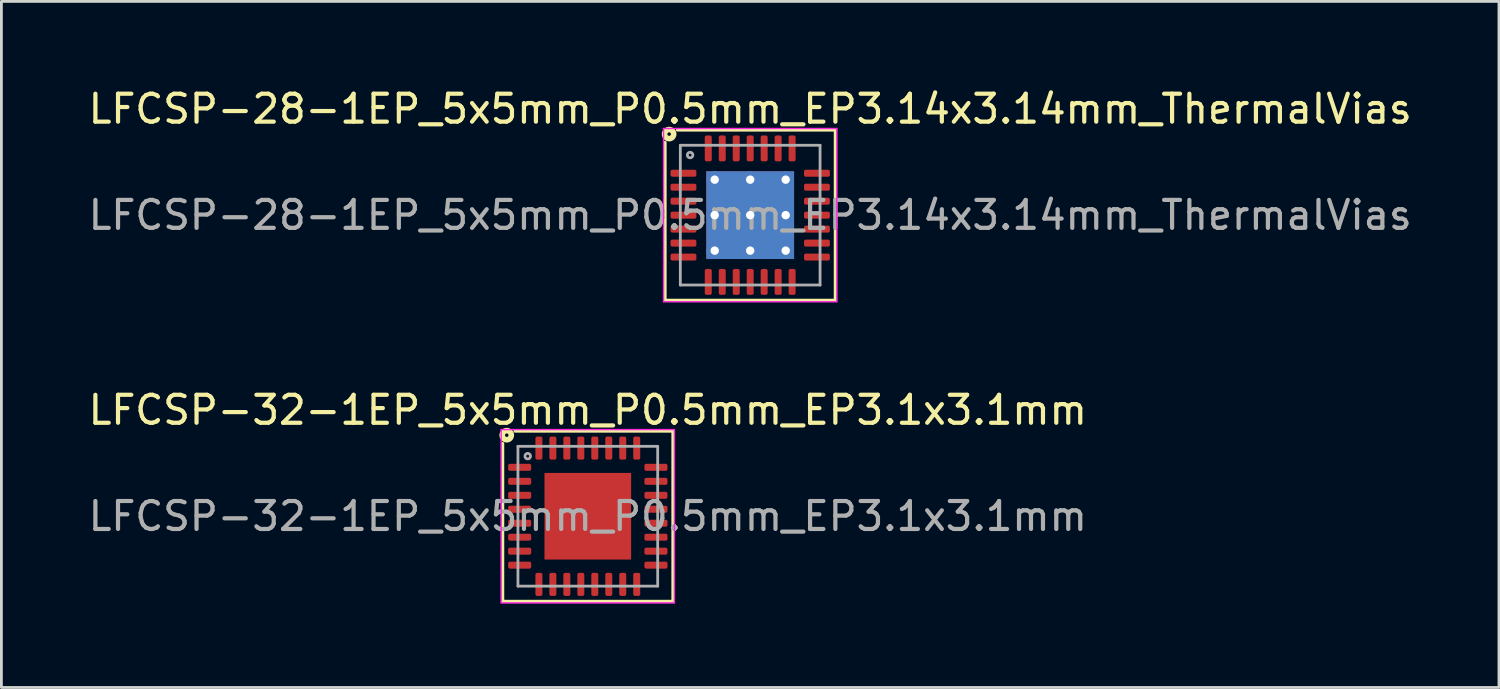
<source format=kicad_pcb>
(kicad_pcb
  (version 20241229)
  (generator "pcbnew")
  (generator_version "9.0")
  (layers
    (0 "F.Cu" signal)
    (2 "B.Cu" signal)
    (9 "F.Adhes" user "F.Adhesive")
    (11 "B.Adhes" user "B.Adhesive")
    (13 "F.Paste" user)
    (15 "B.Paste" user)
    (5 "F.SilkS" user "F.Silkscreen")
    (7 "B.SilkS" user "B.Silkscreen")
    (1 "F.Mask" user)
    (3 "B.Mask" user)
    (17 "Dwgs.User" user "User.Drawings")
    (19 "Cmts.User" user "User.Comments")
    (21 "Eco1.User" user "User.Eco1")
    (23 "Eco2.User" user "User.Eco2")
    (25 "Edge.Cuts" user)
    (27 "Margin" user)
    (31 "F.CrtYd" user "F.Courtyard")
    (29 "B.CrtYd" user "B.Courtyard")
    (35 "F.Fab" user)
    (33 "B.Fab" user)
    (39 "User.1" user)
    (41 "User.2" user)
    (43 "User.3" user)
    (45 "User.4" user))
  (footprint "LFCSP-28-1EP_5x5mm_P0.5mm_EP3.14x3.14mm_ThermalVias"
    (layer "F.Cu")
    (at 23.792 4.648)
    (property "Reference" "LFCSP-28-1EP_5x5mm_P0.5mm_EP3.14x3.14mm_ThermalVias" (at 0 -3.8 0) (layer "F.SilkS") (effects (font (size 1 1) (thickness 0.15))))
    (attr smd)
    (fp_line (start -3.05 3.05) (end -3.05 -2.6) (stroke (width 0.12) (type solid)) (layer "F.SilkS"))
    (fp_line (start 3.05 -3.05) (end -2.6 -3.05) (stroke (width 0.12) (type solid)) (layer "F.SilkS"))
    (fp_line (start 3.05 -3.05) (end 3.05 3.05) (stroke (width 0.12) (type solid)) (layer "F.SilkS"))
    (fp_line (start 3.05 3.05) (end -3.05 3.05) (stroke (width 0.12) (type solid)) (layer "F.SilkS"))
    (fp_circle (center -2.9 -2.9) (end -2.837 -2.9) (stroke (width 0.2) (type solid)) (fill no) (layer "F.SilkS"))
    (fp_line (start -3.1 -3.1) (end -3.1 3.1) (stroke (width 0.05) (type solid)) (layer "F.CrtYd"))
    (fp_line (start -3.1 3.1) (end 3.1 3.1) (stroke (width 0.05) (type solid)) (layer "F.CrtYd"))
    (fp_line (start 3.1 -3.1) (end -3.1 -3.1) (stroke (width 0.05) (type solid)) (layer "F.CrtYd"))
    (fp_line (start 3.1 3.1) (end 3.1 -3.1) (stroke (width 0.05) (type solid)) (layer "F.CrtYd"))
    (fp_line (start -2.5 -2.5) (end 2.5 -2.5) (stroke (width 0.1) (type solid)) (layer "F.Fab"))
    (fp_line (start -2.5 2.5) (end -2.5 -2.5) (stroke (width 0.1) (type solid)) (layer "F.Fab"))
    (fp_line (start 2.5 -2.5) (end 2.5 2.5) (stroke (width 0.1) (type solid)) (layer "F.Fab"))
    (fp_line (start 2.5 2.5) (end -2.5 2.5) (stroke (width 0.1) (type solid)) (layer "F.Fab"))
    (fp_circle (center -2.15 -2.15) (end -2.05 -2.15) (stroke (width 0.1) (type solid)) (fill no) (layer "F.Fab"))
    (fp_text user "${REFERENCE}" (at 0 0 0) (layer "F.Fab") (effects (font (size 1 1) (thickness 0.15))))
    (pad "" smd roundrect (at -0.785 -0.785) (size 1.31 1.31) (layers "F.Paste") (roundrect_rratio 0.191))
    (pad "" smd roundrect (at -0.785 0.785) (size 1.31 1.31) (layers "F.Paste") (roundrect_rratio 0.191))
    (pad "" smd roundrect (at 0.785 -0.785) (size 1.31 1.31) (layers "F.Paste") (roundrect_rratio 0.191))
    (pad "" smd roundrect (at 0.785 0.785) (size 1.31 1.31) (layers "F.Paste") (roundrect_rratio 0.191))
    (pad "1" smd roundrect (at -2.388 -1.5) (size 0.925 0.25) (layers "F.Cu" "F.Mask" "F.Paste") (roundrect_rratio 0.25))
    (pad "2" smd roundrect (at -2.388 -1) (size 0.925 0.25) (layers "F.Cu" "F.Mask" "F.Paste") (roundrect_rratio 0.25))
    (pad "3" smd roundrect (at -2.388 -0.5) (size 0.925 0.25) (layers "F.Cu" "F.Mask" "F.Paste") (roundrect_rratio 0.25))
    (pad "4" smd roundrect (at -2.388 0) (size 0.925 0.25) (layers "F.Cu" "F.Mask" "F.Paste") (roundrect_rratio 0.25))
    (pad "5" smd roundrect (at -2.388 0.5) (size 0.925 0.25) (layers "F.Cu" "F.Mask" "F.Paste") (roundrect_rratio 0.25))
    (pad "6" smd roundrect (at -2.388 1) (size 0.925 0.25) (layers "F.Cu" "F.Mask" "F.Paste") (roundrect_rratio 0.25))
    (pad "7" smd roundrect (at -2.388 1.5) (size 0.925 0.25) (layers "F.Cu" "F.Mask" "F.Paste") (roundrect_rratio 0.25))
    (pad "8" smd roundrect (at -1.5 2.388) (size 0.25 0.925) (layers "F.Cu" "F.Mask" "F.Paste") (roundrect_rratio 0.25))
    (pad "9" smd roundrect (at -1 2.388) (size 0.25 0.925) (layers "F.Cu" "F.Mask" "F.Paste") (roundrect_rratio 0.25))
    (pad "10" smd roundrect (at -0.5 2.388) (size 0.25 0.925) (layers "F.Cu" "F.Mask" "F.Paste") (roundrect_rratio 0.25))
    (pad "11" smd roundrect (at 0 2.388) (size 0.25 0.925) (layers "F.Cu" "F.Mask" "F.Paste") (roundrect_rratio 0.25))
    (pad "12" smd roundrect (at 0.5 2.388) (size 0.25 0.925) (layers "F.Cu" "F.Mask" "F.Paste") (roundrect_rratio 0.25))
    (pad "13" smd roundrect (at 1 2.388) (size 0.25 0.925) (layers "F.Cu" "F.Mask" "F.Paste") (roundrect_rratio 0.25))
    (pad "14" smd roundrect (at 1.5 2.388) (size 0.25 0.925) (layers "F.Cu" "F.Mask" "F.Paste") (roundrect_rratio 0.25))
    (pad "15" smd roundrect (at 2.388 1.5) (size 0.925 0.25) (layers "F.Cu" "F.Mask" "F.Paste") (roundrect_rratio 0.25))
    (pad "16" smd roundrect (at 2.388 1) (size 0.925 0.25) (layers "F.Cu" "F.Mask" "F.Paste") (roundrect_rratio 0.25))
    (pad "17" smd roundrect (at 2.388 0.5) (size 0.925 0.25) (layers "F.Cu" "F.Mask" "F.Paste") (roundrect_rratio 0.25))
    (pad "18" smd roundrect (at 2.388 0) (size 0.925 0.25) (layers "F.Cu" "F.Mask" "F.Paste") (roundrect_rratio 0.25))
    (pad "19" smd roundrect (at 2.388 -0.5) (size 0.925 0.25) (layers "F.Cu" "F.Mask" "F.Paste") (roundrect_rratio 0.25))
    (pad "20" smd roundrect (at 2.388 -1) (size 0.925 0.25) (layers "F.Cu" "F.Mask" "F.Paste") (roundrect_rratio 0.25))
    (pad "21" smd roundrect (at 2.388 -1.5) (size 0.925 0.25) (layers "F.Cu" "F.Mask" "F.Paste") (roundrect_rratio 0.25))
    (pad "22" smd roundrect (at 1.5 -2.388) (size 0.25 0.925) (layers "F.Cu" "F.Mask" "F.Paste") (roundrect_rratio 0.25))
    (pad "23" smd roundrect (at 1 -2.388) (size 0.25 0.925) (layers "F.Cu" "F.Mask" "F.Paste") (roundrect_rratio 0.25))
    (pad "24" smd roundrect (at 0.5 -2.388) (size 0.25 0.925) (layers "F.Cu" "F.Mask" "F.Paste") (roundrect_rratio 0.25))
    (pad "25" smd roundrect (at 0 -2.388) (size 0.25 0.925) (layers "F.Cu" "F.Mask" "F.Paste") (roundrect_rratio 0.25))
    (pad "26" smd roundrect (at -0.5 -2.388) (size 0.25 0.925) (layers "F.Cu" "F.Mask" "F.Paste") (roundrect_rratio 0.25))
    (pad "27" smd roundrect (at -1 -2.388) (size 0.25 0.925) (layers "F.Cu" "F.Mask" "F.Paste") (roundrect_rratio 0.25))
    (pad "28" smd roundrect (at -1.5 -2.388) (size 0.25 0.925) (layers "F.Cu" "F.Mask" "F.Paste") (roundrect_rratio 0.25))
    (pad "29" thru_hole circle (at -1.27 -1.27) (size 0.6 0.6) (drill 0.3) (layers "*.Cu"))
    (pad "29" thru_hole circle (at -1.27 0) (size 0.6 0.6) (drill 0.3) (layers "*.Cu"))
    (pad "29" thru_hole circle (at -1.27 1.27) (size 0.6 0.6) (drill 0.3) (layers "*.Cu"))
    (pad "29" thru_hole circle (at 0 -1.27) (size 0.6 0.6) (drill 0.3) (layers "*.Cu"))
    (pad "29" thru_hole circle (at 0 0) (size 0.6 0.6) (drill 0.3) (layers "*.Cu"))
    (pad "29" smd rect (at 0 0) (size 3.14 3.14) (layers "F.Cu" "F.Mask"))
    (pad "29" smd rect (at 0 0) (size 3.14 3.14) (layers "B.Cu" "B.Mask"))
    (pad "29" thru_hole circle (at 0 1.27) (size 0.6 0.6) (drill 0.3) (layers "*.Cu"))
    (pad "29" thru_hole circle (at 1.27 -1.27) (size 0.6 0.6) (drill 0.3) (layers "*.Cu"))
    (pad "29" thru_hole circle (at 1.27 0) (size 0.6 0.6) (drill 0.3) (layers "*.Cu"))
    (pad "29" thru_hole circle (at 1.27 1.27) (size 0.6 0.6) (drill 0.3) (layers "*.Cu")))
  (footprint "LFCSP-32-1EP_5x5mm_P0.5mm_EP3.1x3.1mm"
    (layer "F.Cu")
    (at 17.982 15.421)
    (property "Reference" "LFCSP-32-1EP_5x5mm_P0.5mm_EP3.1x3.1mm" (at 0 -3.8 0) (layer "F.SilkS") (effects (font (size 1 1) (thickness 0.15))))
    (attr smd)
    (fp_line (start -3.05 3.05) (end -3.05 -2.6) (stroke (width 0.12) (type solid)) (layer "F.SilkS"))
    (fp_line (start 3.05 -3.05) (end -2.6 -3.05) (stroke (width 0.12) (type solid)) (layer "F.SilkS"))
    (fp_line (start 3.05 -3.05) (end 3.05 3.05) (stroke (width 0.12) (type solid)) (layer "F.SilkS"))
    (fp_line (start 3.05 3.05) (end -3.05 3.05) (stroke (width 0.12) (type solid)) (layer "F.SilkS"))
    (fp_circle (center -2.9 -2.9) (end -2.837 -2.9) (stroke (width 0.2) (type solid)) (fill no) (layer "F.SilkS"))
    (fp_line (start -3.1 -3.1) (end -3.1 3.1) (stroke (width 0.05) (type solid)) (layer "F.CrtYd"))
    (fp_line (start -3.1 3.1) (end 3.1 3.1) (stroke (width 0.05) (type solid)) (layer "F.CrtYd"))
    (fp_line (start 3.1 -3.1) (end -3.1 -3.1) (stroke (width 0.05) (type solid)) (layer "F.CrtYd"))
    (fp_line (start 3.1 3.1) (end 3.1 -3.1) (stroke (width 0.05) (type solid)) (layer "F.CrtYd"))
    (fp_line (start -2.5 -2.5) (end 2.5 -2.5) (stroke (width 0.1) (type solid)) (layer "F.Fab"))
    (fp_line (start -2.5 2.5) (end -2.5 -2.5) (stroke (width 0.1) (type solid)) (layer "F.Fab"))
    (fp_line (start 2.5 -2.5) (end 2.5 2.5) (stroke (width 0.1) (type solid)) (layer "F.Fab"))
    (fp_line (start 2.5 2.5) (end -2.5 2.5) (stroke (width 0.1) (type solid)) (layer "F.Fab"))
    (fp_circle (center -2.15 -2.15) (end -2.05 -2.15) (stroke (width 0.1) (type solid)) (fill no) (layer "F.Fab"))
    (fp_text user "${REFERENCE}" (at 0 0 0) (layer "F.Fab") (effects (font (size 1 1) (thickness 0.15))))
    (pad "" smd roundrect (at -1.03 -1.03) (size 0.83 0.83) (layers "F.Paste") (roundrect_rratio 0.25))
    (pad "" smd roundrect (at -1.03 0) (size 0.83 0.83) (layers "F.Paste") (roundrect_rratio 0.25))
    (pad "" smd roundrect (at -1.03 1.03) (size 0.83 0.83) (layers "F.Paste") (roundrect_rratio 0.25))
    (pad "" smd roundrect (at 0 -1.03) (size 0.83 0.83) (layers "F.Paste") (roundrect_rratio 0.25))
    (pad "" smd roundrect (at 0 0) (size 0.83 0.83) (layers "F.Paste") (roundrect_rratio 0.25))
    (pad "" smd roundrect (at 0 1.03) (size 0.83 0.83) (layers "F.Paste") (roundrect_rratio 0.25))
    (pad "" smd roundrect (at 1.03 -1.03) (size 0.83 0.83) (layers "F.Paste") (roundrect_rratio 0.25))
    (pad "" smd roundrect (at 1.03 0) (size 0.83 0.83) (layers "F.Paste") (roundrect_rratio 0.25))
    (pad "" smd roundrect (at 1.03 1.03) (size 0.83 0.83) (layers "F.Paste") (roundrect_rratio 0.25))
    (pad "1" smd roundrect (at -2.438 -1.75) (size 0.825 0.25) (layers "F.Cu" "F.Mask" "F.Paste") (roundrect_rratio 0.25))
    (pad "2" smd roundrect (at -2.438 -1.25) (size 0.825 0.25) (layers "F.Cu" "F.Mask" "F.Paste") (roundrect_rratio 0.25))
    (pad "3" smd roundrect (at -2.438 -0.75) (size 0.825 0.25) (layers "F.Cu" "F.Mask" "F.Paste") (roundrect_rratio 0.25))
    (pad "4" smd roundrect (at -2.438 -0.25) (size 0.825 0.25) (layers "F.Cu" "F.Mask" "F.Paste") (roundrect_rratio 0.25))
    (pad "5" smd roundrect (at -2.438 0.25) (size 0.825 0.25) (layers "F.Cu" "F.Mask" "F.Paste") (roundrect_rratio 0.25))
    (pad "6" smd roundrect (at -2.438 0.75) (size 0.825 0.25) (layers "F.Cu" "F.Mask" "F.Paste") (roundrect_rratio 0.25))
    (pad "7" smd roundrect (at -2.438 1.25) (size 0.825 0.25) (layers "F.Cu" "F.Mask" "F.Paste") (roundrect_rratio 0.25))
    (pad "8" smd roundrect (at -2.438 1.75) (size 0.825 0.25) (layers "F.Cu" "F.Mask" "F.Paste") (roundrect_rratio 0.25))
    (pad "9" smd roundrect (at -1.75 2.438) (size 0.25 0.825) (layers "F.Cu" "F.Mask" "F.Paste") (roundrect_rratio 0.25))
    (pad "10" smd roundrect (at -1.25 2.438) (size 0.25 0.825) (layers "F.Cu" "F.Mask" "F.Paste") (roundrect_rratio 0.25))
    (pad "11" smd roundrect (at -0.75 2.438) (size 0.25 0.825) (layers "F.Cu" "F.Mask" "F.Paste") (roundrect_rratio 0.25))
    (pad "12" smd roundrect (at -0.25 2.438) (size 0.25 0.825) (layers "F.Cu" "F.Mask" "F.Paste") (roundrect_rratio 0.25))
    (pad "13" smd roundrect (at 0.25 2.438) (size 0.25 0.825) (layers "F.Cu" "F.Mask" "F.Paste") (roundrect_rratio 0.25))
    (pad "14" smd roundrect (at 0.75 2.438) (size 0.25 0.825) (layers "F.Cu" "F.Mask" "F.Paste") (roundrect_rratio 0.25))
    (pad "15" smd roundrect (at 1.25 2.438) (size 0.25 0.825) (layers "F.Cu" "F.Mask" "F.Paste") (roundrect_rratio 0.25))
    (pad "16" smd roundrect (at 1.75 2.438) (size 0.25 0.825) (layers "F.Cu" "F.Mask" "F.Paste") (roundrect_rratio 0.25))
    (pad "17" smd roundrect (at 2.438 1.75) (size 0.825 0.25) (layers "F.Cu" "F.Mask" "F.Paste") (roundrect_rratio 0.25))
    (pad "18" smd roundrect (at 2.438 1.25) (size 0.825 0.25) (layers "F.Cu" "F.Mask" "F.Paste") (roundrect_rratio 0.25))
    (pad "19" smd roundrect (at 2.438 0.75) (size 0.825 0.25) (layers "F.Cu" "F.Mask" "F.Paste") (roundrect_rratio 0.25))
    (pad "20" smd roundrect (at 2.438 0.25) (size 0.825 0.25) (layers "F.Cu" "F.Mask" "F.Paste") (roundrect_rratio 0.25))
    (pad "21" smd roundrect (at 2.438 -0.25) (size 0.825 0.25) (layers "F.Cu" "F.Mask" "F.Paste") (roundrect_rratio 0.25))
    (pad "22" smd roundrect (at 2.438 -0.75) (size 0.825 0.25) (layers "F.Cu" "F.Mask" "F.Paste") (roundrect_rratio 0.25))
    (pad "23" smd roundrect (at 2.438 -1.25) (size 0.825 0.25) (layers "F.Cu" "F.Mask" "F.Paste") (roundrect_rratio 0.25))
    (pad "24" smd roundrect (at 2.438 -1.75) (size 0.825 0.25) (layers "F.Cu" "F.Mask" "F.Paste") (roundrect_rratio 0.25))
    (pad "25" smd roundrect (at 1.75 -2.438) (size 0.25 0.825) (layers "F.Cu" "F.Mask" "F.Paste") (roundrect_rratio 0.25))
    (pad "26" smd roundrect (at 1.25 -2.438) (size 0.25 0.825) (layers "F.Cu" "F.Mask" "F.Paste") (roundrect_rratio 0.25))
    (pad "27" smd roundrect (at 0.75 -2.438) (size 0.25 0.825) (layers "F.Cu" "F.Mask" "F.Paste") (roundrect_rratio 0.25))
    (pad "28" smd roundrect (at 0.25 -2.438) (size 0.25 0.825) (layers "F.Cu" "F.Mask" "F.Paste") (roundrect_rratio 0.25))
    (pad "29" smd roundrect (at -0.25 -2.438) (size 0.25 0.825) (layers "F.Cu" "F.Mask" "F.Paste") (roundrect_rratio 0.25))
    (pad "30" smd roundrect (at -0.75 -2.438) (size 0.25 0.825) (layers "F.Cu" "F.Mask" "F.Paste") (roundrect_rratio 0.25))
    (pad "31" smd roundrect (at -1.25 -2.438) (size 0.25 0.825) (layers "F.Cu" "F.Mask" "F.Paste") (roundrect_rratio 0.25))
    (pad "32" smd roundrect (at -1.75 -2.438) (size 0.25 0.825) (layers "F.Cu" "F.Mask" "F.Paste") (roundrect_rratio 0.25))
    (pad "33" smd rect (at 0 0) (size 3.1 3.1) (layers "F.Cu" "F.Mask")))
  (gr_rect
    (start -3 -3)
    (end 50.583 21.547)
    (stroke (width 0.1) (type default))
    (fill no)
    (layer "Edge.Cuts")))
</source>
